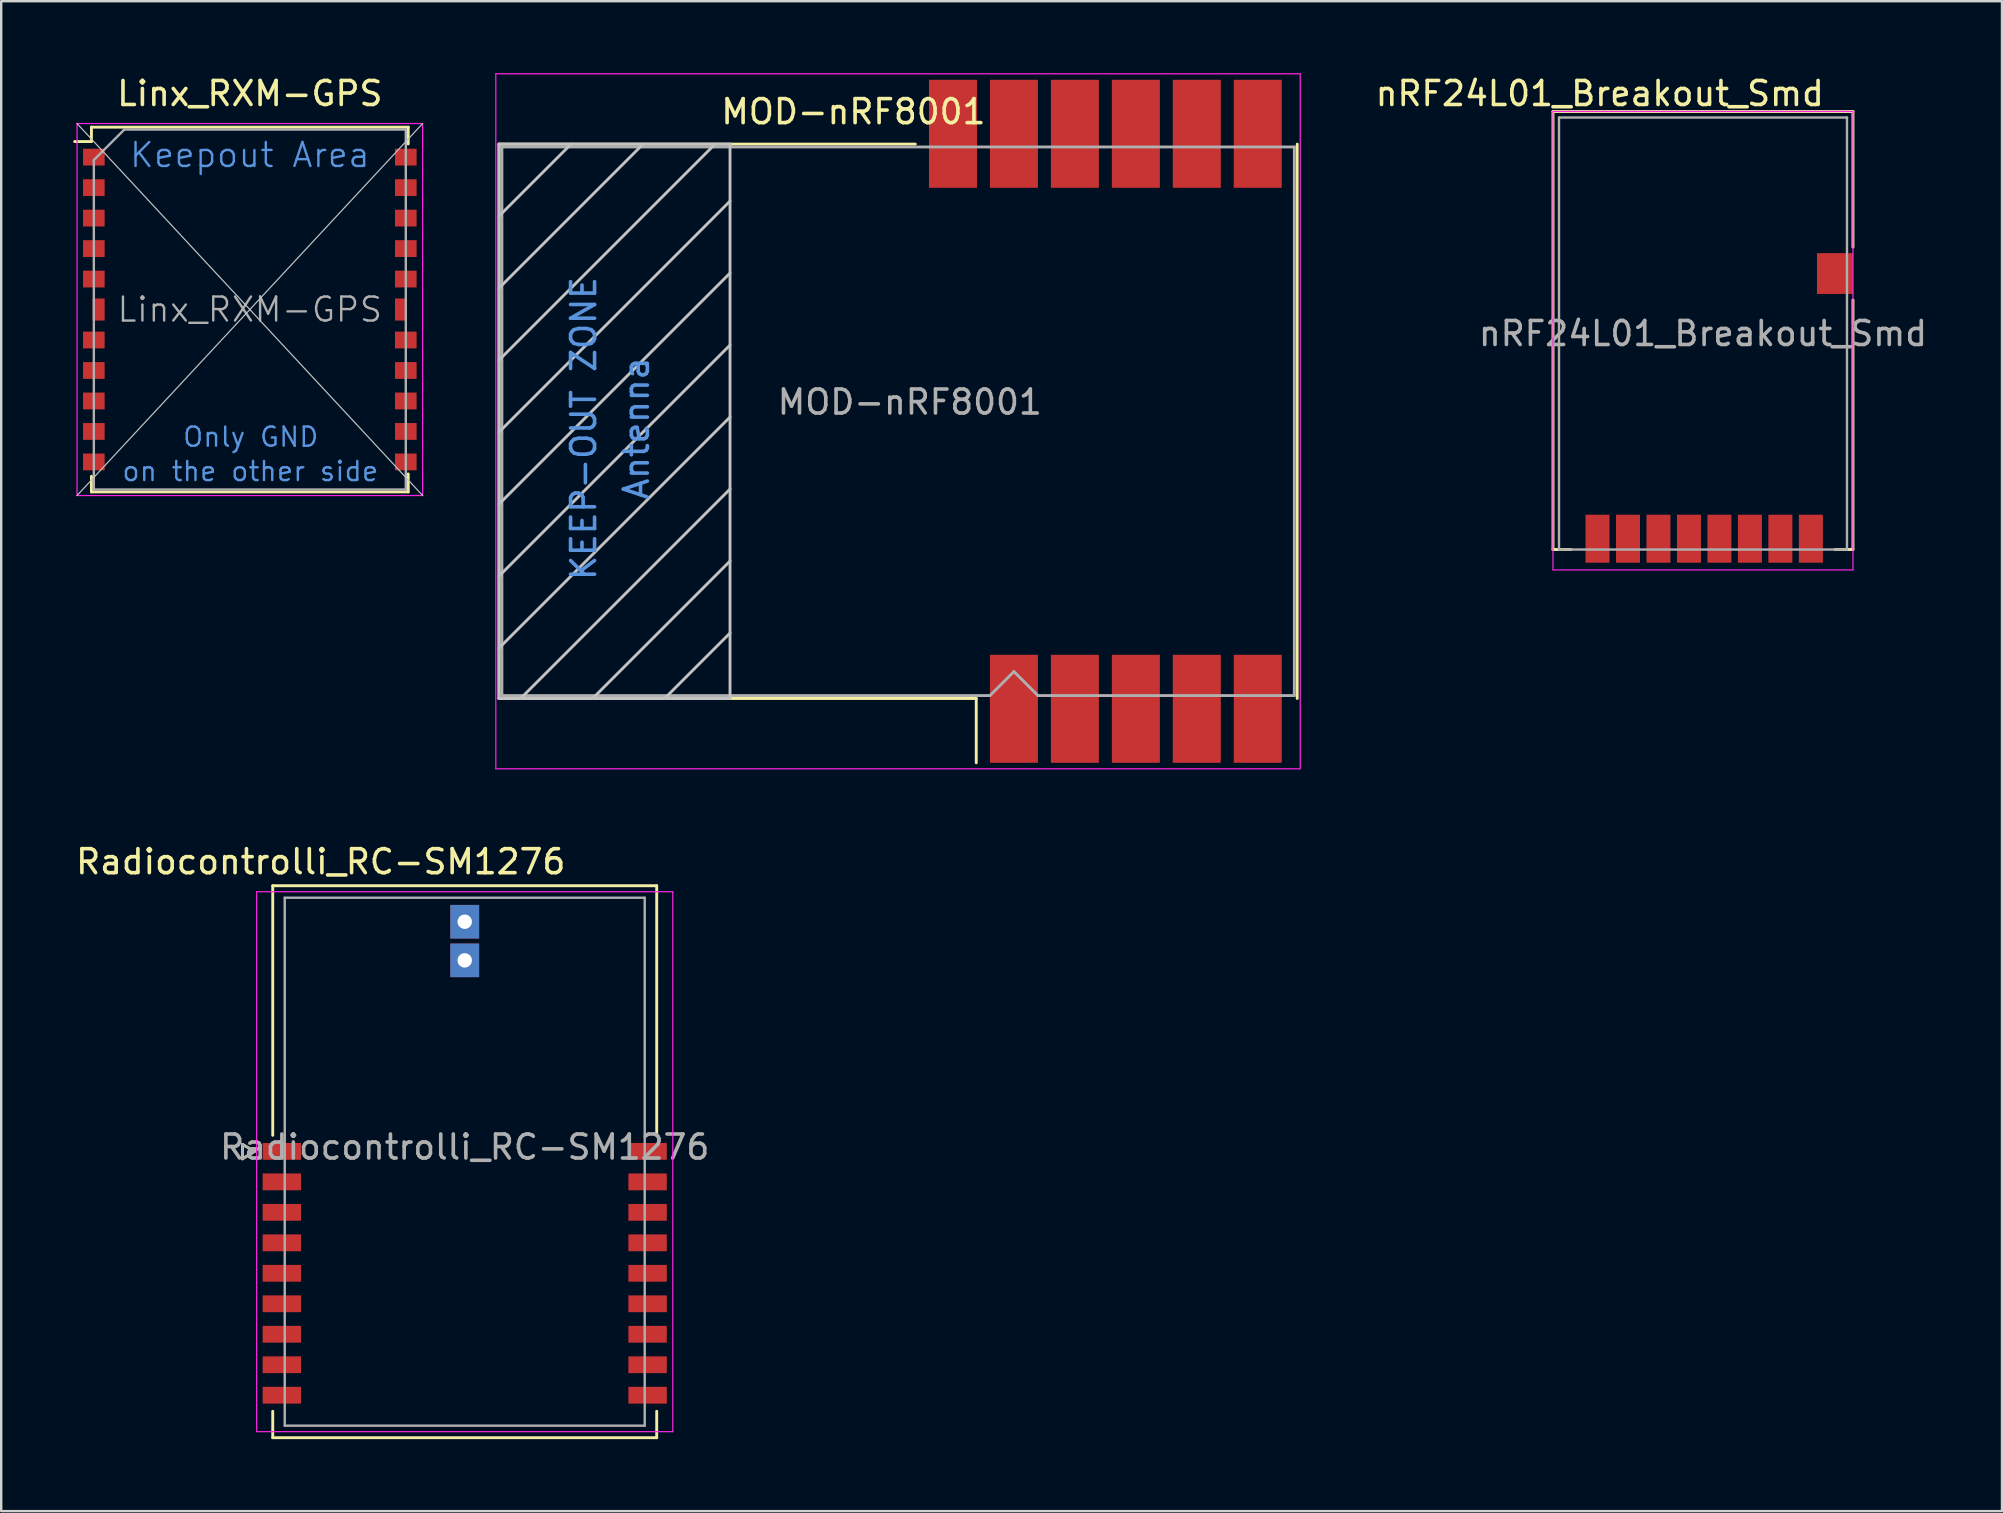
<source format=kicad_pcb>
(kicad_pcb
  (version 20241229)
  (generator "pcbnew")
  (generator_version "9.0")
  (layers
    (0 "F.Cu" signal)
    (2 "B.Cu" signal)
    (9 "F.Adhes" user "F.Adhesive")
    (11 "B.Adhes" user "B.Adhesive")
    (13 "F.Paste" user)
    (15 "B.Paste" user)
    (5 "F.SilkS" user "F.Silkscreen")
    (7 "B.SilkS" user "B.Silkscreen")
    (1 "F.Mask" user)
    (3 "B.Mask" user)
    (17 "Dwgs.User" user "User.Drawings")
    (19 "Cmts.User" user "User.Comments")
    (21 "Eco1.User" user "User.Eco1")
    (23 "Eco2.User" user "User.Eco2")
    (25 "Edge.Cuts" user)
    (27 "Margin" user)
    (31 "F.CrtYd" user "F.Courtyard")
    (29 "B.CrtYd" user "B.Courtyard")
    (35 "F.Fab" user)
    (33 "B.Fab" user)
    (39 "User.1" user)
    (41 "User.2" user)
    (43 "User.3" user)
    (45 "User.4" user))
  (footprint "MOD-nRF8001"
    (layer "F.Cu")
    (at 34.37 14.505)
    (property "Reference" "MOD-nRF8001" (at -1.86 -12.9 0) (layer "F.SilkS") (effects (font (size 1 1) (thickness 0.15))))
    (attr smd)
    (fp_line (start -16.626 -11.55) (end 0.72 -11.55) (stroke (width 0.12) (type solid)) (layer "F.SilkS"))
    (fp_line (start -16.626 11.55) (end -16.626 -11.55) (stroke (width 0.12) (type solid)) (layer "F.SilkS"))
    (fp_line (start 3.26 11.55) (end -16.626 11.55) (stroke (width 0.12) (type solid)) (layer "F.SilkS"))
    (fp_line (start 3.26 11.55) (end 3.26 14.23) (stroke (width 0.12) (type solid)) (layer "F.SilkS"))
    (fp_line (start 16.634 -11.55) (end 16.634 11.55) (stroke (width 0.12) (type solid)) (layer "F.SilkS"))
    (fp_line (start -16.626 -11.55) (end -7 -11.55) (stroke (width 0.12) (type solid)) (layer "Dwgs.User"))
    (fp_line (start -16.626 -8.55) (end -13.626 -11.55) (stroke (width 0.12) (type solid)) (layer "Dwgs.User"))
    (fp_line (start -16.626 -5.55) (end -10.626 -11.55) (stroke (width 0.12) (type solid)) (layer "Dwgs.User"))
    (fp_line (start -16.626 -2.55) (end -7.626 -11.55) (stroke (width 0.12) (type solid)) (layer "Dwgs.User"))
    (fp_line (start -16.626 0.45) (end -7 -9.176) (stroke (width 0.12) (type solid)) (layer "Dwgs.User"))
    (fp_line (start -16.626 3.45) (end -7 -6.176) (stroke (width 0.12) (type solid)) (layer "Dwgs.User"))
    (fp_line (start -16.626 6.45) (end -7 -3.176) (stroke (width 0.12) (type solid)) (layer "Dwgs.User"))
    (fp_line (start -16.626 9.45) (end -7 -0.176) (stroke (width 0.12) (type solid)) (layer "Dwgs.User"))
    (fp_line (start -16.626 11.55) (end -16.626 -11.55) (stroke (width 0.12) (type solid)) (layer "Dwgs.User"))
    (fp_line (start -15.726 11.55) (end -7 2.824) (stroke (width 0.12) (type solid)) (layer "Dwgs.User"))
    (fp_line (start -12.726 11.55) (end -7 5.824) (stroke (width 0.12) (type solid)) (layer "Dwgs.User"))
    (fp_line (start -9.726 11.55) (end -7 8.824) (stroke (width 0.12) (type solid)) (layer "Dwgs.User"))
    (fp_line (start -7 -11.55) (end -7 11.55) (stroke (width 0.12) (type solid)) (layer "Dwgs.User"))
    (fp_line (start -7 11.55) (end -16.626 11.55) (stroke (width 0.12) (type solid)) (layer "Dwgs.User"))
    (fp_line (start -16.76 -14.48) (end 16.76 -14.48) (stroke (width 0.05) (type solid)) (layer "F.CrtYd"))
    (fp_line (start -16.76 14.48) (end -16.76 -14.48) (stroke (width 0.05) (type solid)) (layer "F.CrtYd"))
    (fp_line (start 16.76 -14.48) (end 16.76 14.48) (stroke (width 0.05) (type solid)) (layer "F.CrtYd"))
    (fp_line (start 16.76 14.48) (end -16.76 14.48) (stroke (width 0.05) (type solid)) (layer "F.CrtYd"))
    (fp_line (start -16.506 -11.43) (end 16.514 -11.43) (stroke (width 0.12) (type solid)) (layer "F.Fab"))
    (fp_line (start -16.506 11.43) (end -16.506 -11.43) (stroke (width 0.12) (type solid)) (layer "F.Fab"))
    (fp_line (start 3.83 11.43) (end -16.506 11.43) (stroke (width 0.12) (type solid)) (layer "F.Fab"))
    (fp_line (start 4.83 10.43) (end 3.83 11.43) (stroke (width 0.12) (type solid)) (layer "F.Fab"))
    (fp_line (start 5.83 11.43) (end 4.83 10.43) (stroke (width 0.12) (type solid)) (layer "F.Fab"))
    (fp_line (start 16.514 -11.43) (end 16.514 11.43) (stroke (width 0.12) (type solid)) (layer "F.Fab"))
    (fp_line (start 16.514 11.43) (end 5.83 11.43) (stroke (width 0.12) (type solid)) (layer "F.Fab"))
    (fp_text user "Antenna" (at -10.9 0.3 90) (layer "Cmts.User") (effects (font (size 1 1) (thickness 0.15))))
    (fp_text user "KEEP-OUT ZONE" (at -13.1 0.3 90) (layer "Cmts.User") (effects (font (size 1 1) (thickness 0.15))))
    (fp_text user "${REFERENCE}" (at 0.49 -0.8 0) (layer "F.Fab") (effects (font (size 1 1) (thickness 0.15))))
    (pad "1" smd rect (at 4.83 11.98) (size 2 4.5) (layers "F.Cu" "F.Mask" "F.Paste"))
    (pad "2" smd rect (at 7.37 11.98) (size 2 4.5) (layers "F.Cu" "F.Mask" "F.Paste"))
    (pad "3" smd rect (at 9.91 11.98) (size 2 4.5) (layers "F.Cu" "F.Mask" "F.Paste"))
    (pad "4" smd rect (at 12.45 11.98) (size 2 4.5) (layers "F.Cu" "F.Mask" "F.Paste"))
    (pad "5" smd rect (at 14.99 11.98) (size 2 4.5) (layers "F.Cu" "F.Mask" "F.Paste"))
    (pad "6" smd rect (at 14.99 -11.98) (size 2 4.5) (layers "F.Cu" "F.Mask" "F.Paste"))
    (pad "7" smd rect (at 12.45 -11.98) (size 2 4.5) (layers "F.Cu" "F.Mask" "F.Paste"))
    (pad "8" smd rect (at 9.91 -11.98) (size 2 4.5) (layers "F.Cu" "F.Mask" "F.Paste"))
    (pad "9" smd rect (at 7.37 -11.98) (size 2 4.5) (layers "F.Cu" "F.Mask" "F.Paste"))
    (pad "10" smd rect (at 4.83 -11.98) (size 2 4.5) (layers "F.Cu" "F.Mask" "F.Paste"))
    (pad "11" smd rect (at 2.29 -11.98) (size 2 4.5) (layers "F.Cu" "F.Mask" "F.Paste")))
  (footprint "Radiocontrolli_RC-SM1276"
    (layer "F.Cu")
    (at 16.315 45.048)
    (property "Reference" "Radiocontrolli_RC-SM1276" (at -6 -12.19 0) (layer "F.SilkS") (effects (font (size 1 1) (thickness 0.15))))
    (attr smd)
    (fp_line (start -9.26 -0.41) (end -8.76 -0.12) (stroke (width 0.12) (type solid)) (layer "F.SilkS"))
    (fp_line (start -9.26 0.19) (end -9.26 -0.41) (stroke (width 0.12) (type solid)) (layer "F.SilkS"))
    (fp_line (start -8.76 -0.12) (end -9.26 0.19) (stroke (width 0.12) (type solid)) (layer "F.SilkS"))
    (fp_line (start -8 -11.19) (end 8 -11.19) (stroke (width 0.12) (type solid)) (layer "F.SilkS"))
    (fp_line (start -8 -0.79) (end -8 -11.19) (stroke (width 0.12) (type solid)) (layer "F.SilkS"))
    (fp_line (start -8 10.71) (end -8 11.81) (stroke (width 0.12) (type solid)) (layer "F.SilkS"))
    (fp_line (start -8 11.81) (end 8 11.81) (stroke (width 0.12) (type solid)) (layer "F.SilkS"))
    (fp_line (start 8 -11.19) (end 8 -0.79) (stroke (width 0.12) (type solid)) (layer "F.SilkS"))
    (fp_line (start 8 11.81) (end 8 10.71) (stroke (width 0.12) (type solid)) (layer "F.SilkS"))
    (fp_line (start -8.67 -10.94) (end -8.67 11.56) (stroke (width 0.05) (type solid)) (layer "F.CrtYd"))
    (fp_line (start -8.67 11.56) (end 8.67 11.56) (stroke (width 0.05) (type solid)) (layer "F.CrtYd"))
    (fp_line (start 8.67 -10.94) (end -8.67 -10.94) (stroke (width 0.05) (type solid)) (layer "F.CrtYd"))
    (fp_line (start 8.67 11.56) (end 8.67 -10.94) (stroke (width 0.05) (type solid)) (layer "F.CrtYd"))
    (fp_line (start -9.26 -0.41) (end -8.76 -0.12) (stroke (width 0.1) (type solid)) (layer "F.Fab"))
    (fp_line (start -9.26 0.19) (end -9.26 -0.41) (stroke (width 0.1) (type solid)) (layer "F.Fab"))
    (fp_line (start -8.76 -0.12) (end -9.26 0.19) (stroke (width 0.1) (type solid)) (layer "F.Fab"))
    (fp_line (start -7.5 -10.69) (end 7.5 -10.69) (stroke (width 0.1) (type solid)) (layer "F.Fab"))
    (fp_line (start -7.5 11.31) (end -7.5 -10.69) (stroke (width 0.1) (type solid)) (layer "F.Fab"))
    (fp_line (start 7.5 -10.69) (end 7.5 11.31) (stroke (width 0.1) (type solid)) (layer "F.Fab"))
    (fp_line (start 7.5 11.31) (end -7.5 11.31) (stroke (width 0.1) (type solid)) (layer "F.Fab"))
    (fp_text user "${REFERENCE}" (at 0 -0.3 0) (layer "F.Fab") (effects (font (size 1 1) (thickness 0.15))))
    (pad "1" smd rect (at -7.62 -0.12) (size 1.6 0.7) (layers "F.Cu" "F.Mask" "F.Paste"))
    (pad "2" smd rect (at -7.62 1.15) (size 1.6 0.7) (layers "F.Cu" "F.Mask" "F.Paste"))
    (pad "3" smd rect (at -7.62 2.42) (size 1.6 0.7) (layers "F.Cu" "F.Mask" "F.Paste"))
    (pad "4" smd rect (at -7.62 3.69) (size 1.6 0.7) (layers "F.Cu" "F.Mask" "F.Paste"))
    (pad "5" smd rect (at -7.62 4.96) (size 1.6 0.7) (layers "F.Cu" "F.Mask" "F.Paste"))
    (pad "6" smd rect (at -7.62 6.23) (size 1.6 0.7) (layers "F.Cu" "F.Mask" "F.Paste"))
    (pad "7" smd rect (at -7.62 7.5) (size 1.6 0.7) (layers "F.Cu" "F.Mask" "F.Paste"))
    (pad "8" smd rect (at -7.62 8.77) (size 1.6 0.7) (layers "F.Cu" "F.Mask" "F.Paste"))
    (pad "9" smd rect (at -7.62 10.04) (size 1.6 0.7) (layers "F.Cu" "F.Mask" "F.Paste"))
    (pad "10" smd rect (at 7.62 10.04) (size 1.6 0.7) (layers "F.Cu" "F.Mask" "F.Paste"))
    (pad "11" smd rect (at 7.62 8.77) (size 1.6 0.7) (layers "F.Cu" "F.Mask" "F.Paste"))
    (pad "12" smd rect (at 7.62 7.5) (size 1.6 0.7) (layers "F.Cu" "F.Mask" "F.Paste"))
    (pad "13" smd rect (at 7.62 6.23) (size 1.6 0.7) (layers "F.Cu" "F.Mask" "F.Paste"))
    (pad "14" smd rect (at 7.62 4.96) (size 1.6 0.7) (layers "F.Cu" "F.Mask" "F.Paste"))
    (pad "15" smd rect (at 7.62 3.69) (size 1.6 0.7) (layers "F.Cu" "F.Mask" "F.Paste"))
    (pad "16" smd rect (at 7.62 2.42) (size 1.6 0.7) (layers "F.Cu" "F.Mask" "F.Paste"))
    (pad "17" smd rect (at 7.62 1.15) (size 1.6 0.7) (layers "F.Cu" "F.Mask" "F.Paste"))
    (pad "18" smd rect (at 7.62 -0.12) (size 1.6 0.7) (layers "F.Cu" "F.Mask" "F.Paste"))
    (pad "19" thru_hole rect (at 0 -9.69) (size 1.2 1.4) (drill 0.6) (layers "*.Cu" "*.Mask"))
    (pad "20" thru_hole rect (at 0 -8.08) (size 1.2 1.4) (drill 0.6) (layers "*.Cu" "*.Mask")))
  (footprint "Linx_RXM-GPS"
    (layer "F.Cu")
    (at 7.36 9.848)
    (property "Reference" "Linx_RXM-GPS" (at 0 -9 0) (layer "F.SilkS") (effects (font (size 1 1) (thickness 0.15))))
    (attr smd)
    (fp_line (start -6.6 -7.6) (end 6.6 -7.6) (stroke (width 0.12) (type solid)) (layer "F.SilkS"))
    (fp_line (start -6.6 -7) (end -7.3 -7) (stroke (width 0.12) (type solid)) (layer "F.SilkS"))
    (fp_line (start -6.6 -7) (end -6.6 -7.6) (stroke (width 0.12) (type solid)) (layer "F.SilkS"))
    (fp_line (start -6.6 6.95) (end -6.6 7.6) (stroke (width 0.12) (type solid)) (layer "F.SilkS"))
    (fp_line (start -6.6 7.6) (end 6.6 7.6) (stroke (width 0.12) (type solid)) (layer "F.SilkS"))
    (fp_line (start 6.6 -7.6) (end 6.6 -6.9) (stroke (width 0.12) (type solid)) (layer "F.SilkS"))
    (fp_line (start 6.6 7.6) (end 6.6 6.85) (stroke (width 0.12) (type solid)) (layer "F.SilkS"))
    (fp_line (start -7.2 -7.75) (end 7.2 7.75) (stroke (width 0.05) (type solid)) (layer "Dwgs.User"))
    (fp_line (start -7.2 7.75) (end 7.2 -7.75) (stroke (width 0.05) (type solid)) (layer "Dwgs.User"))
    (fp_line (start -7.2 -7.75) (end -7.2 7.75) (stroke (width 0.05) (type solid)) (layer "F.CrtYd"))
    (fp_line (start -7.2 -7.75) (end 7.2 -7.75) (stroke (width 0.05) (type solid)) (layer "F.CrtYd"))
    (fp_line (start -7.2 7.75) (end 7.2 7.75) (stroke (width 0.05) (type solid)) (layer "F.CrtYd"))
    (fp_line (start 7.2 7.75) (end 7.2 -7.75) (stroke (width 0.05) (type solid)) (layer "F.CrtYd"))
    (fp_line (start -6.5 -6.23) (end -6.5 7.5) (stroke (width 0.1) (type solid)) (layer "F.Fab"))
    (fp_line (start -6.5 7.5) (end 6.5 7.5) (stroke (width 0.1) (type solid)) (layer "F.Fab"))
    (fp_line (start -5.23 -7.5) (end -6.5 -6.23) (stroke (width 0.1) (type solid)) (layer "F.Fab"))
    (fp_line (start 6.5 -7.5) (end -5.23 -7.5) (stroke (width 0.1) (type solid)) (layer "F.Fab"))
    (fp_line (start 6.5 7.5) (end 6.5 -7.5) (stroke (width 0.1) (type solid)) (layer "F.Fab"))
    (fp_text user "on the other side" (at 0.02 6.74 0) (layer "Cmts.User") (effects (font (size 0.8 0.8) (thickness 0.1))))
    (fp_text user "Only GND" (at 0.04 5.31 0) (layer "Cmts.User") (effects (font (size 0.8 0.8) (thickness 0.1))))
    (fp_text user "Keepout Area" (at 0 -6.44 0) (layer "Cmts.User") (effects (font (size 1 1) (thickness 0.1))))
    (fp_text user "${REFERENCE}" (at 0 0 0) (layer "F.Fab") (effects (font (size 1 1) (thickness 0.1))))
    (pad "1" smd rect (at -6.5 -6.35 90) (size 0.7 0.9) (layers "F.Cu" "F.Mask" "F.Paste"))
    (pad "2" smd rect (at -6.5 -5.08 90) (size 0.7 0.9) (layers "F.Cu" "F.Mask" "F.Paste"))
    (pad "3" smd rect (at -6.5 -3.81 90) (size 0.7 0.9) (layers "F.Cu" "F.Mask" "F.Paste"))
    (pad "4" smd rect (at -6.5 -2.54 90) (size 0.7 0.9) (layers "F.Cu" "F.Mask" "F.Paste"))
    (pad "5" smd rect (at -6.5 -1.27 90) (size 0.7 0.9) (layers "F.Cu" "F.Mask" "F.Paste"))
    (pad "6" smd rect (at -6.5 1.27 90) (size 0.7 0.9) (layers "F.Cu" "F.Mask" "F.Paste"))
    (pad "7" smd rect (at -6.5 2.54 90) (size 0.7 0.9) (layers "F.Cu" "F.Mask" "F.Paste"))
    (pad "8" smd rect (at -6.5 3.81 90) (size 0.7 0.9) (layers "F.Cu" "F.Mask" "F.Paste"))
    (pad "9" smd rect (at -6.5 5.08 90) (size 0.7 0.9) (layers "F.Cu" "F.Mask" "F.Paste"))
    (pad "10" smd rect (at -6.5 6.35 90) (size 0.7 0.9) (layers "F.Cu" "F.Mask" "F.Paste"))
    (pad "11" smd rect (at 6.5 6.35 90) (size 0.7 0.9) (layers "F.Cu" "F.Mask" "F.Paste"))
    (pad "12" smd rect (at 6.5 5.08 90) (size 0.7 0.9) (layers "F.Cu" "F.Mask" "F.Paste"))
    (pad "13" smd rect (at 6.5 3.81 90) (size 0.7 0.9) (layers "F.Cu" "F.Mask" "F.Paste"))
    (pad "14" smd rect (at 6.5 2.54 90) (size 0.7 0.9) (layers "F.Cu" "F.Mask" "F.Paste"))
    (pad "15" smd rect (at 6.5 1.27 90) (size 0.7 0.9) (layers "F.Cu" "F.Mask" "F.Paste"))
    (pad "16" smd rect (at 6.5 -1.27 90) (size 0.7 0.9) (layers "F.Cu" "F.Mask" "F.Paste"))
    (pad "17" smd rect (at 6.5 -2.54 90) (size 0.7 0.9) (layers "F.Cu" "F.Mask" "F.Paste"))
    (pad "18" smd rect (at 6.5 -3.81 90) (size 0.7 0.9) (layers "F.Cu" "F.Mask" "F.Paste"))
    (pad "19" smd rect (at 6.5 -5.08 90) (size 0.7 0.9) (layers "F.Cu" "F.Mask" "F.Paste"))
    (pad "20" smd rect (at 6.5 -6.35 90) (size 0.7 0.9) (layers "F.Cu" "F.Mask" "F.Paste"))
    (pad "21" smd rect (at -6.3 0 90) (size 0.92 0.5) (layers "F.Cu" "F.Mask" "F.Paste"))
    (pad "22" smd rect (at 6.3 0 90) (size 0.92 0.5) (layers "F.Cu" "F.Mask" "F.Paste")))
  (footprint "nRF24L01_Breakout_Smd"
    (layer "F.Cu")
    (at 67.913 10.848)
    (property "Reference" "nRF24L01_Breakout_Smd" (at -4.3 -10 0) (layer "F.SilkS") (effects (font (size 1 1) (thickness 0.15))))
    (attr smd)
    (fp_line (start -6.25 9) (end -6.25 -9.25) (stroke (width 0.12) (type solid)) (layer "F.SilkS"))
    (fp_line (start -5.5 9) (end -6.25 9) (stroke (width 0.12) (type solid)) (layer "F.SilkS"))
    (fp_line (start 6.25 -9.25) (end -6.25 -9.25) (stroke (width 0.12) (type solid)) (layer "F.SilkS"))
    (fp_line (start 6.25 -3.6) (end 6.25 -9.25) (stroke (width 0.12) (type solid)) (layer "F.SilkS"))
    (fp_line (start 6.25 -1.4) (end 6.25 9) (stroke (width 0.12) (type solid)) (layer "F.SilkS"))
    (fp_line (start 6.25 9) (end 5.5 9) (stroke (width 0.12) (type solid)) (layer "F.SilkS"))
    (fp_line (start -6.25 -9.25) (end 6.25 -9.25) (stroke (width 0.05) (type solid)) (layer "F.CrtYd"))
    (fp_line (start -6.25 9.85) (end -6.25 -9.25) (stroke (width 0.05) (type solid)) (layer "F.CrtYd"))
    (fp_line (start 6.25 -9.25) (end 6.25 9.85) (stroke (width 0.05) (type solid)) (layer "F.CrtYd"))
    (fp_line (start 6.25 9.85) (end -6.25 9.85) (stroke (width 0.05) (type solid)) (layer "F.CrtYd"))
    (fp_line (start -6 -9) (end 6 -9) (stroke (width 0.1) (type solid)) (layer "F.Fab"))
    (fp_line (start -6 9) (end -6 -9) (stroke (width 0.1) (type solid)) (layer "F.Fab"))
    (fp_line (start -6 9) (end 6 9) (stroke (width 0.1) (type solid)) (layer "F.Fab"))
    (fp_line (start 6 9) (end 6 -9) (stroke (width 0.1) (type solid)) (layer "F.Fab"))
    (fp_text user "${REFERENCE}" (at 0 0 0) (layer "F.Fab") (effects (font (size 1 1) (thickness 0.15))))
    (pad "1" smd rect (at -4.395 8.55) (size 1 2) (layers "F.Cu" "F.Mask" "F.Paste"))
    (pad "2" smd rect (at -3.125 8.55) (size 1 2) (layers "F.Cu" "F.Mask" "F.Paste"))
    (pad "3" smd rect (at -1.855 8.55) (size 1 2) (layers "F.Cu" "F.Mask" "F.Paste"))
    (pad "4" smd rect (at -0.585 8.55) (size 1 2) (layers "F.Cu" "F.Mask" "F.Paste"))
    (pad "5" smd rect (at 0.685 8.55) (size 1 2) (layers "F.Cu" "F.Mask" "F.Paste"))
    (pad "6" smd rect (at 1.955 8.55) (size 1 2) (layers "F.Cu" "F.Mask" "F.Paste"))
    (pad "7" smd rect (at 3.225 8.55) (size 1 2) (layers "F.Cu" "F.Mask" "F.Paste"))
    (pad "8" smd rect (at 4.495 8.55) (size 1 2) (layers "F.Cu" "F.Mask" "F.Paste"))
    (pad "9" smd rect (at 5.5 -2.5) (size 1.5 1.7) (layers "F.Cu" "F.Mask" "F.Paste")))
  (gr_rect
    (start -3 -3)
    (end 80.372 59.918)
    (stroke (width 0.1) (type default))
    (fill no)
    (layer "Edge.Cuts")))
</source>
